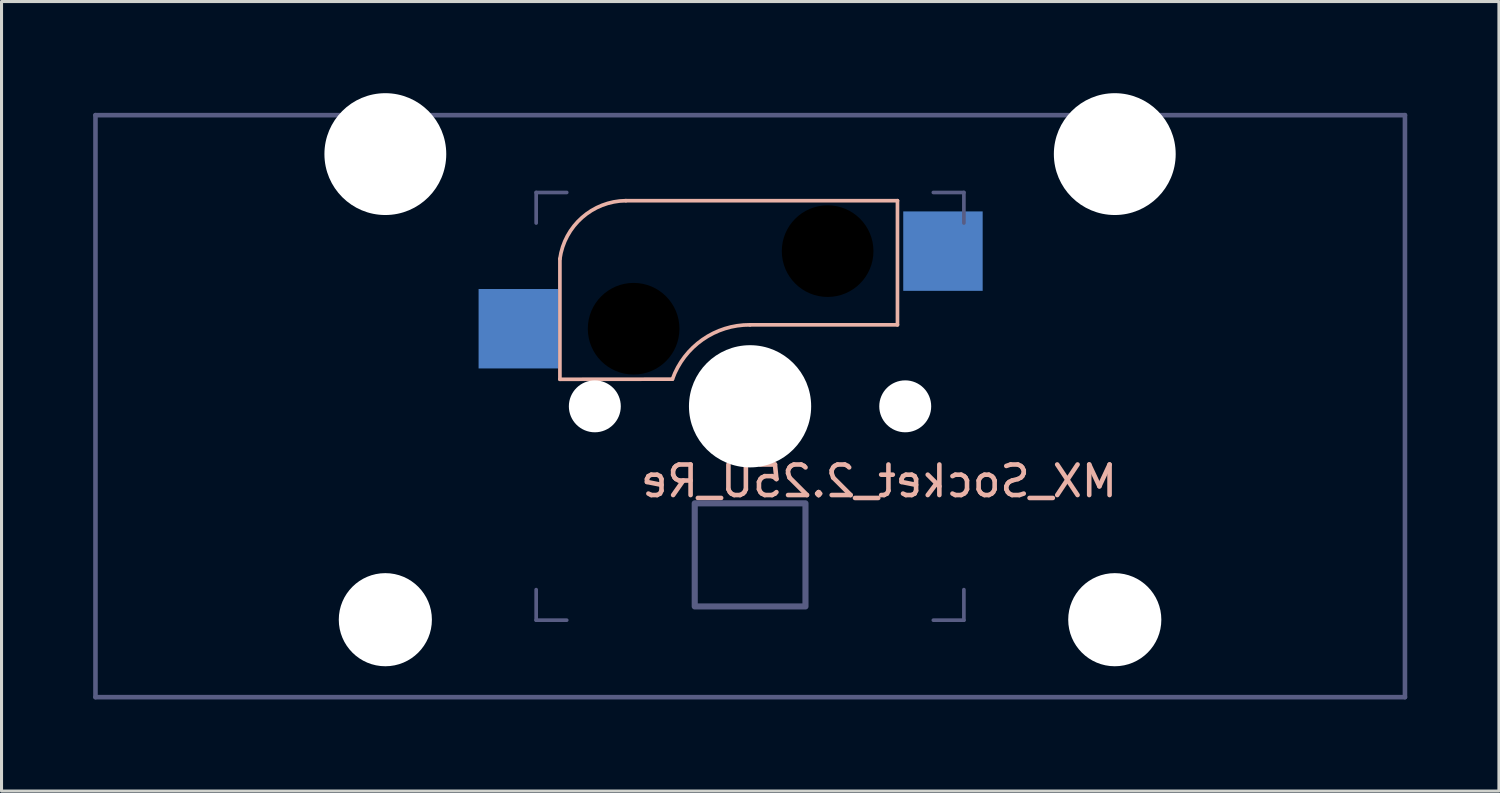
<source format=kicad_pcb>
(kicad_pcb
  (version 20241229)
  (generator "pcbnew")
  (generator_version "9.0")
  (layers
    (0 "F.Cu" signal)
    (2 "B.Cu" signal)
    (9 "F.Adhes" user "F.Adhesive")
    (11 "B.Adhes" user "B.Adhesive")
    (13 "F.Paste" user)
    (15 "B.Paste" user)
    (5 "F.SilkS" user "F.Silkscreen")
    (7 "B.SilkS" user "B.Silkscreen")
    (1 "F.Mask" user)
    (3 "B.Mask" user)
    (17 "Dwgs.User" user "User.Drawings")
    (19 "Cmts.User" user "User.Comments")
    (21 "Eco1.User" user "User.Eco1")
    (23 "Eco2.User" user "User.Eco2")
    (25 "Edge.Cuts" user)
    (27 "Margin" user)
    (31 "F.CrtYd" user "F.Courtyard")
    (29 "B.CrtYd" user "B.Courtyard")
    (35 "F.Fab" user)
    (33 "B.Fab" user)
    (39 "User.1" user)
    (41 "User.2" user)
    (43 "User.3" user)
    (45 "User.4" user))
  (footprint "MX_Socket_2.25U_Re"
    (layer "F.Cu")
    (at 21.501 10.249)
    (property "Reference" "MX_Socket_2.25U_Re" (at 4.22 2.45 0) (unlocked yes) (layer "B.SilkS") (effects (font (size 1 1) (thickness 0.15)) (justify mirror)))
    (attr through_hole)
    (fp_line (start -6.224 -0.884) (end -6.224 -4.825) (stroke (width 0.12) (type solid)) (layer "B.SilkS"))
    (fp_line (start -6.224 -0.884) (end -2.541 -0.888) (stroke (width 0.12) (type solid)) (layer "B.SilkS"))
    (fp_line (start -0.001 -2.666) (end 4.825 -2.666) (stroke (width 0.12) (type solid)) (layer "B.SilkS"))
    (fp_line (start 4.825 -6.73) (end -4.065 -6.73) (stroke (width 0.12) (type solid)) (layer "B.SilkS"))
    (fp_line (start 4.825 -2.666) (end 4.825 -6.73) (stroke (width 0.12) (type solid)) (layer "B.SilkS"))
    (fp_arc (start -6.224082 -4.825261) (mid -5.498787 -6.179195) (end -4.065082 -6.730261) (stroke (width 0.12) (type solid)) (layer "B.SilkS"))
    (fp_arc (start -2.541082 -0.888261) (mid -1.554773 -2.182533) (end -0.001082 -2.666261) (stroke (width 0.12) (type solid)) (layer "B.SilkS"))
    (fp_line (start -21.426 -9.53) (end 21.436 -9.53) (stroke (width 0.15) (type solid)) (layer "B.Fab"))
    (fp_line (start -21.426 9.52) (end -21.426 -9.53) (stroke (width 0.15) (type solid)) (layer "B.Fab"))
    (fp_line (start -7.001 -6.999) (end -6.001 -6.999) (stroke (width 0.12) (type solid)) (layer "B.Fab"))
    (fp_line (start -7.001 -5.999) (end -7.001 -6.999) (stroke (width 0.12) (type solid)) (layer "B.Fab"))
    (fp_line (start -7.001 6.001) (end -7.001 7.001) (stroke (width 0.12) (type solid)) (layer "B.Fab"))
    (fp_line (start -7.001 7.001) (end -6.001 7.001) (stroke (width 0.12) (type solid)) (layer "B.Fab"))
    (fp_line (start 5.999 7.001) (end 6.999 7.001) (stroke (width 0.12) (type solid)) (layer "B.Fab"))
    (fp_line (start 6.999 -6.999) (end 5.999 -6.999) (stroke (width 0.12) (type solid)) (layer "B.Fab"))
    (fp_line (start 6.999 -6.999) (end 6.999 -5.999) (stroke (width 0.12) (type solid)) (layer "B.Fab"))
    (fp_line (start 6.999 7.001) (end 6.999 6.001) (stroke (width 0.12) (type solid)) (layer "B.Fab"))
    (fp_line (start 21.436 -9.53) (end 21.436 9.52) (stroke (width 0.15) (type solid)) (layer "B.Fab"))
    (fp_line (start 21.436 9.52) (end -21.426 9.52) (stroke (width 0.15) (type solid)) (layer "B.Fab"))
    (fp_rect (start 1.814 6.551) (end -1.811 3.176) (stroke (width 0.2) (type solid)) (fill no) (layer "B.Fab"))
    (pad "" np_thru_hole circle (at -11.938 -8.255) (size 3.988 3.988) (drill 3.988) (layers "*.Cu" "*.Mask"))
    (pad "" np_thru_hole circle (at -11.938 6.985) (size 3.048 3.048) (drill 3.048) (layers "*.Cu" "*.Mask"))
    (pad "" np_thru_hole circle (at -5.081 0.001 90) (size 1.7 1.7) (drill 1.7) (layers "*.Cu" "*.Mask"))
    (pad "" np_thru_hole circle (at -3.811 -2.539 180) (size 3 3) (drill 3) (layers "*.Mask"))
    (pad "" np_thru_hole circle (at 0 0 270) (size 4 4) (drill 4) (layers "*.Cu" "*.Mask"))
    (pad "" np_thru_hole circle (at 2.539 -5.079 180) (size 3 3) (drill 3) (layers "*.Mask"))
    (pad "" np_thru_hole circle (at 5.079 0.001 90) (size 1.7 1.7) (drill 1.7) (layers "*.Cu" "*.Mask"))
    (pad "" np_thru_hole circle (at 11.938 -8.255) (size 3.988 3.988) (drill 3.988) (layers "*.Cu" "*.Mask"))
    (pad "" np_thru_hole circle (at 11.938 6.985) (size 3.048 3.048) (drill 3.048) (layers "*.Cu" "*.Mask"))
    (pad "1" smd rect (at 6.314 -5.079 180) (size 2.6 2.6) (layers "B.Cu" "B.Mask" "B.Paste"))
    (pad "2" smd rect (at -7.586 -2.539 180) (size 2.6 2.6) (layers "B.Cu" "B.Mask" "B.Paste")))
  (gr_rect
    (start -3 -3)
    (end 46.013 22.844)
    (stroke (width 0.1) (type default))
    (fill no)
    (layer "Edge.Cuts")))
</source>
